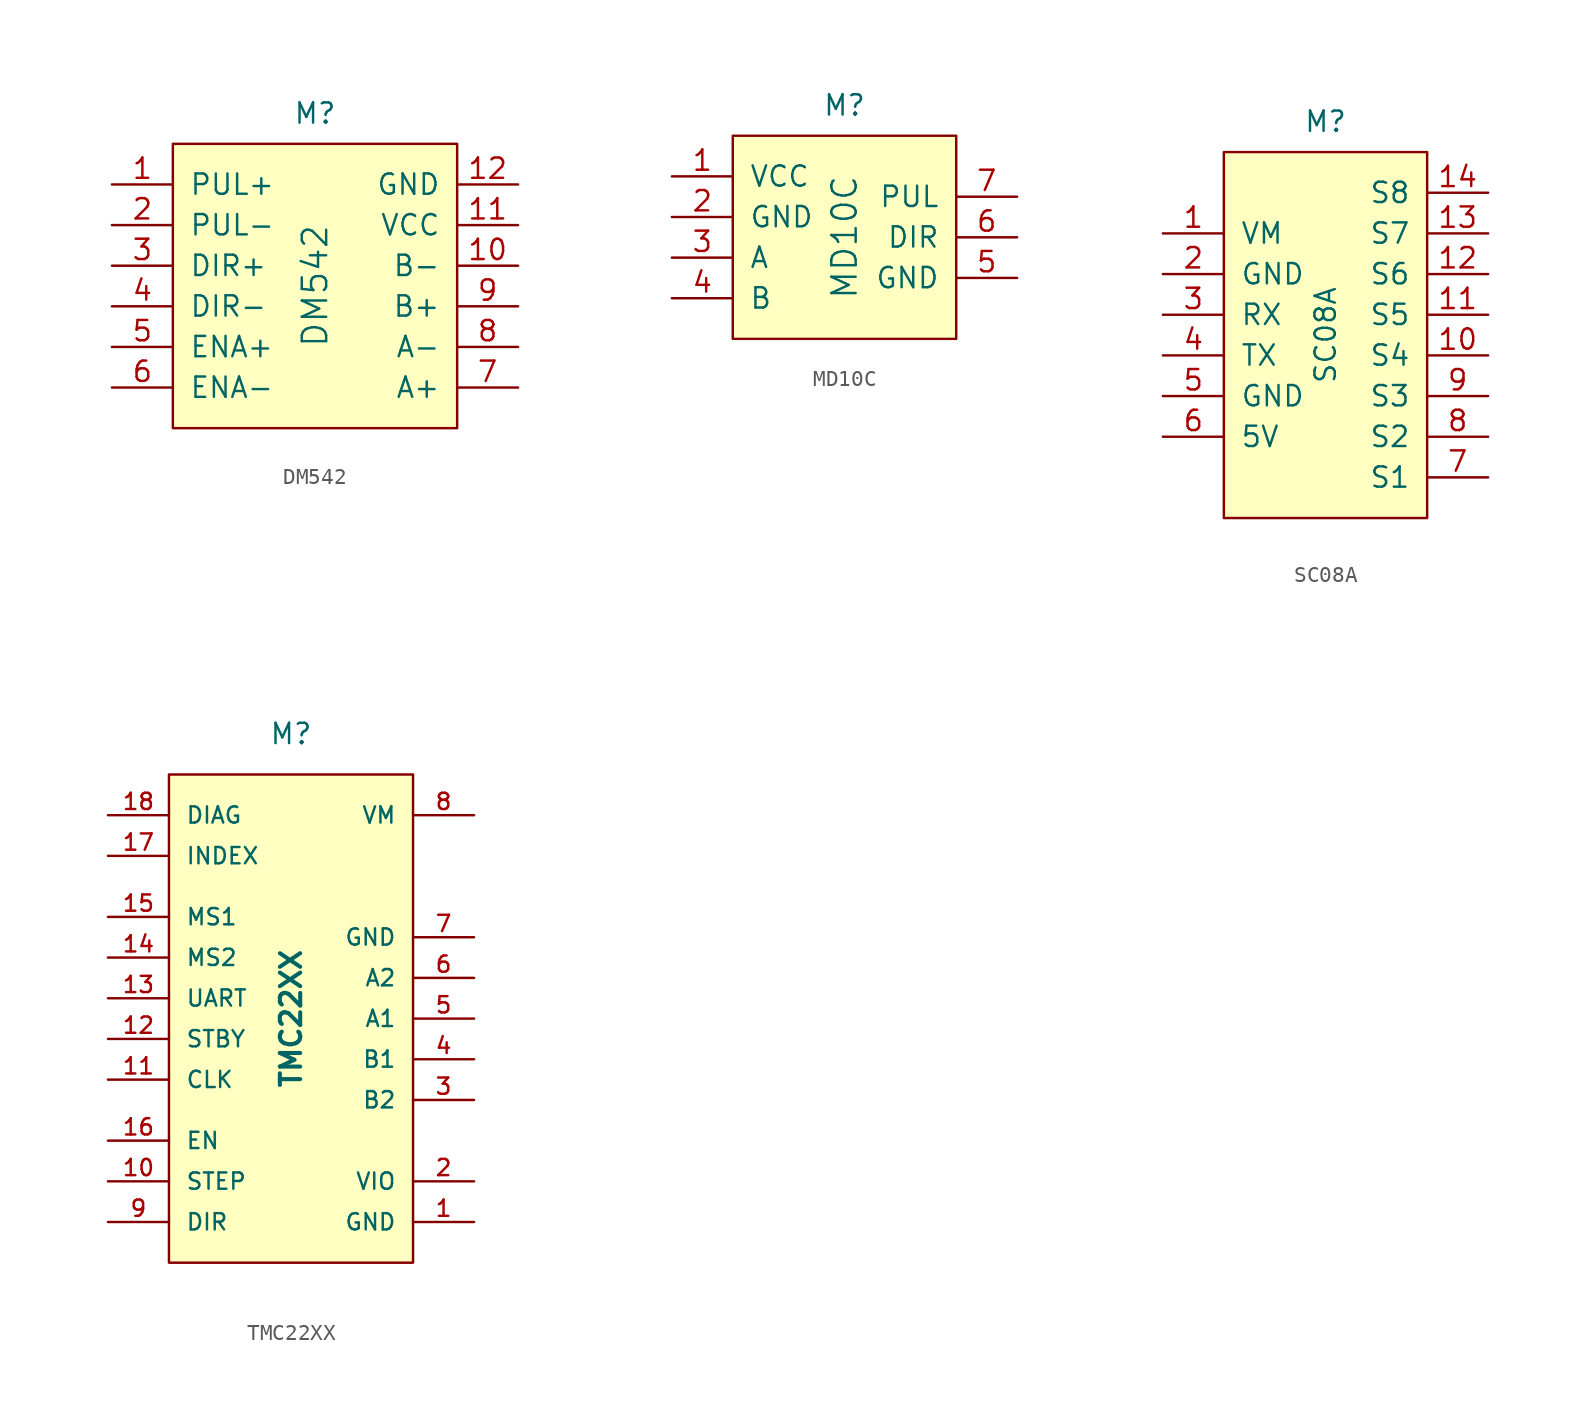
<source format=kicad_sym>
(kicad_symbol_lib
  (version 20231120)
  (generator "kicad_symbol_editor")
  (generator_version "8.0")
  (symbol "DM542"
    (pin_names
      (offset 1.016))
    (property "Reference" "M"
      (at 0 10.795 0)
      (effects (font (size 1.27 1.27))))
    (property "Value" "DM542"
      (at 0 0 90)
      (do_not_autoplace)
      (effects (font (size 1.524 1.524))))
    (symbol "DM542_1_1"
      (rectangle (start -8.89 8.89) (end 8.89 -8.89) (stroke (width 0) (type default)) (fill (type background)))
      (pin input line (at -12.7 6.35 0) (length 3.81) (name "PUL+" (effects (font (size 1.27 1.27)))) (number "1" (effects (font (size 1.27 1.27)))))
      (pin output line (at 12.7 1.27 180) (length 3.81) (name "B-" (effects (font (size 1.27 1.27)))) (number "10" (effects (font (size 1.27 1.27)))))
      (pin power_in line (at 12.7 3.81 180) (length 3.81) (name "VCC" (effects (font (size 1.27 1.27)))) (number "11" (effects (font (size 1.27 1.27)))))
      (pin power_in line (at 12.7 6.35 180) (length 3.81) (name "GND" (effects (font (size 1.27 1.27)))) (number "12" (effects (font (size 1.27 1.27)))))
      (pin input line (at -12.7 3.81 0) (length 3.81) (name "PUL-" (effects (font (size 1.27 1.27)))) (number "2" (effects (font (size 1.27 1.27)))))
      (pin input line (at -12.7 1.27 0) (length 3.81) (name "DIR+" (effects (font (size 1.27 1.27)))) (number "3" (effects (font (size 1.27 1.27)))))
      (pin input line (at -12.7 -1.27 0) (length 3.81) (name "DIR-" (effects (font (size 1.27 1.27)))) (number "4" (effects (font (size 1.27 1.27)))))
      (pin input line (at -12.7 -3.81 0) (length 3.81) (name "ENA+" (effects (font (size 1.27 1.27)))) (number "5" (effects (font (size 1.27 1.27)))))
      (pin input line (at -12.7 -6.35 0) (length 3.81) (name "ENA-" (effects (font (size 1.27 1.27)))) (number "6" (effects (font (size 1.27 1.27)))))
      (pin output line (at 12.7 -6.35 180) (length 3.81) (name "A+" (effects (font (size 1.27 1.27)))) (number "7" (effects (font (size 1.27 1.27)))))
      (pin output line (at 12.7 -3.81 180) (length 3.81) (name "A-" (effects (font (size 1.27 1.27)))) (number "8" (effects (font (size 1.27 1.27)))))
      (pin output line (at 12.7 -1.27 180) (length 3.81) (name "B+" (effects (font (size 1.27 1.27)))) (number "9" (effects (font (size 1.27 1.27)))))))
  (symbol "MD10C"
    (pin_names
      (offset 1.016))
    (property "Reference" "M"
      (at 0 8.255 0)
      (effects (font (size 1.27 1.27))))
    (property "Value" "MD10C"
      (at 0 0 90)
      (do_not_autoplace)
      (effects (font (size 1.524 1.524))))
    (symbol "MD10C_1_1"
      (rectangle (start -6.985 6.35) (end 6.985 -6.35) (stroke (width 0) (type default)) (fill (type background)))
      (pin power_in line (at -10.795 3.81 0) (length 3.81) (name "VCC" (effects (font (size 1.27 1.27)))) (number "1" (effects (font (size 1.27 1.27)))))
      (pin power_in line (at -10.795 1.27 0) (length 3.81) (name "GND" (effects (font (size 1.27 1.27)))) (number "2" (effects (font (size 1.27 1.27)))))
      (pin output line (at -10.795 -1.27 0) (length 3.81) (name "A" (effects (font (size 1.27 1.27)))) (number "3" (effects (font (size 1.27 1.27)))))
      (pin output line (at -10.795 -3.81 0) (length 3.81) (name "B" (effects (font (size 1.27 1.27)))) (number "4" (effects (font (size 1.27 1.27)))))
      (pin input line (at 10.795 -2.54 180) (length 3.81) (name "GND" (effects (font (size 1.27 1.27)))) (number "5" (effects (font (size 1.27 1.27)))))
      (pin input line (at 10.795 0 180) (length 3.81) (name "DIR" (effects (font (size 1.27 1.27)))) (number "6" (effects (font (size 1.27 1.27)))))
      (pin input line (at 10.795 2.54 180) (length 3.81) (name "PUL" (effects (font (size 1.27 1.27)))) (number "7" (effects (font (size 1.27 1.27)))))))
  (symbol "SC08A"
    (pin_names
      (offset 1.016))
    (property "Reference" "M"
      (at 0 13.335 0)
      (effects (font (size 1.27 1.27))))
    (property "Value" "SC08A"
      (at 0 0 90)
      (do_not_autoplace)
      (effects (font (size 1.27 1.27))))
    (symbol "SC08A_1_1"
      (rectangle (start -6.35 11.43) (end 6.35 -11.43) (stroke (width 0) (type default)) (fill (type background)))
      (pin power_in line (at -10.16 6.35 0) (length 3.81) (name "VM" (effects (font (size 1.27 1.27)))) (number "1" (effects (font (size 1.27 1.27)))))
      (pin output line (at 10.16 -1.27 180) (length 3.81) (name "S4" (effects (font (size 1.27 1.27)))) (number "10" (effects (font (size 1.27 1.27)))))
      (pin output line (at 10.16 1.27 180) (length 3.81) (name "S5" (effects (font (size 1.27 1.27)))) (number "11" (effects (font (size 1.27 1.27)))))
      (pin output line (at 10.16 3.81 180) (length 3.81) (name "S6" (effects (font (size 1.27 1.27)))) (number "12" (effects (font (size 1.27 1.27)))))
      (pin output line (at 10.16 6.35 180) (length 3.81) (name "S7" (effects (font (size 1.27 1.27)))) (number "13" (effects (font (size 1.27 1.27)))))
      (pin output line (at 10.16 8.89 180) (length 3.81) (name "S8" (effects (font (size 1.27 1.27)))) (number "14" (effects (font (size 1.27 1.27)))))
      (pin power_in line (at -10.16 3.81 0) (length 3.81) (name "GND" (effects (font (size 1.27 1.27)))) (number "2" (effects (font (size 1.27 1.27)))))
      (pin bidirectional line (at -10.16 1.27 0) (length 3.81) (name "RX" (effects (font (size 1.27 1.27)))) (number "3" (effects (font (size 1.27 1.27)))))
      (pin bidirectional line (at -10.16 -1.27 0) (length 3.81) (name "TX" (effects (font (size 1.27 1.27)))) (number "4" (effects (font (size 1.27 1.27)))))
      (pin power_in line (at -10.16 -3.81 0) (length 3.81) (name "GND" (effects (font (size 1.27 1.27)))) (number "5" (effects (font (size 1.27 1.27)))))
      (pin power_in line (at -10.16 -6.35 0) (length 3.81) (name "5V" (effects (font (size 1.27 1.27)))) (number "6" (effects (font (size 1.27 1.27)))))
      (pin output line (at 10.16 -8.89 180) (length 3.81) (name "S1" (effects (font (size 1.27 1.27)))) (number "7" (effects (font (size 1.27 1.27)))))
      (pin output line (at 10.16 -6.35 180) (length 3.81) (name "S2" (effects (font (size 1.27 1.27)))) (number "8" (effects (font (size 1.27 1.27)))))
      (pin output line (at 10.16 -3.81 180) (length 3.81) (name "S3" (effects (font (size 1.27 1.27)))) (number "9" (effects (font (size 1.27 1.27)))))))
  (symbol "TMC22XX"
    (pin_names
      (offset 1.016))
    (property "Reference" "M"
      (at 0 19.05 0)
      (effects (font (size 1.27 1.27))))
    (property "Value" "TMC22XX"
      (at 0 1.27 90)
      (do_not_autoplace)
      (effects (font (size 1.27 1.27) (bold yes))))
    (symbol "TMC22XX_1_0"
      (pin power_in line (at 11.43 -11.43 180) (length 3.81) (name "GND" (effects (font (size 1.016 1.016)))) (number "1" (effects (font (size 1.016 1.016)))))
      (pin input line (at -11.43 -8.89 0) (length 3.81) (name "STEP" (effects (font (size 1.016 1.016)))) (number "10" (effects (font (size 1.016 1.016)))))
      (pin input line (at -11.43 -2.54 0) (length 3.81) (name "CLK" (effects (font (size 1.016 1.016)))) (number "11" (effects (font (size 1.016 1.016)))))
      (pin input line (at -11.43 0 0) (length 3.81) (name "STBY" (effects (font (size 1.016 1.016)))) (number "12" (effects (font (size 1.016 1.016)))))
      (pin bidirectional line (at -11.43 2.54 0) (length 3.81) (name "UART" (effects (font (size 1.016 1.016)))) (number "13" (effects (font (size 1.016 1.016)))))
      (pin input line (at -11.43 5.08 0) (length 3.81) (name "MS2" (effects (font (size 1.016 1.016)))) (number "14" (effects (font (size 1.016 1.016)))))
      (pin input line (at -11.43 7.62 0) (length 3.81) (name "MS1" (effects (font (size 1.016 1.016)))) (number "15" (effects (font (size 1.016 1.016)))))
      (pin input line (at -11.43 -6.35 0) (length 3.81) (name "EN" (effects (font (size 1.016 1.016)))) (number "16" (effects (font (size 1.016 1.016)))))
      (pin output line (at -11.43 11.43 0) (length 3.81) (name "INDEX" (effects (font (size 1.016 1.016)))) (number "17" (effects (font (size 1.016 1.016)))))
      (pin output line (at -11.43 13.97 0) (length 3.81) (name "DIAG" (effects (font (size 1.016 1.016)))) (number "18" (effects (font (size 1.016 1.016)))))
      (pin power_in line (at 11.43 -8.89 180) (length 3.81) (name "VIO" (effects (font (size 1.016 1.016)))) (number "2" (effects (font (size 1.016 1.016)))))
      (pin output line (at 11.43 -3.81 180) (length 3.81) (name "B2" (effects (font (size 1.016 1.016)))) (number "3" (effects (font (size 1.016 1.016)))))
      (pin output line (at 11.43 -1.27 180) (length 3.81) (name "B1" (effects (font (size 1.016 1.016)))) (number "4" (effects (font (size 1.016 1.016)))))
      (pin output line (at 11.43 1.27 180) (length 3.81) (name "A1" (effects (font (size 1.016 1.016)))) (number "5" (effects (font (size 1.016 1.016)))))
      (pin output line (at 11.43 3.81 180) (length 3.81) (name "A2" (effects (font (size 1.016 1.016)))) (number "6" (effects (font (size 1.016 1.016)))))
      (pin power_in line (at 11.43 6.35 180) (length 3.81) (name "GND" (effects (font (size 1.016 1.016)))) (number "7" (effects (font (size 1.016 1.016)))))
      (pin power_in line (at 11.43 13.97 180) (length 3.81) (name "VM" (effects (font (size 1.016 1.016)))) (number "8" (effects (font (size 1.016 1.016)))))
      (pin input line (at -11.43 -11.43 0) (length 3.81) (name "DIR" (effects (font (size 1.016 1.016)))) (number "9" (effects (font (size 1.016 1.016))))))
    (symbol "TMC22XX_1_1"
      (rectangle (start -7.62 16.51) (end 7.62 -13.97) (stroke (width 0) (type default)) (fill (type background))))))
</source>
